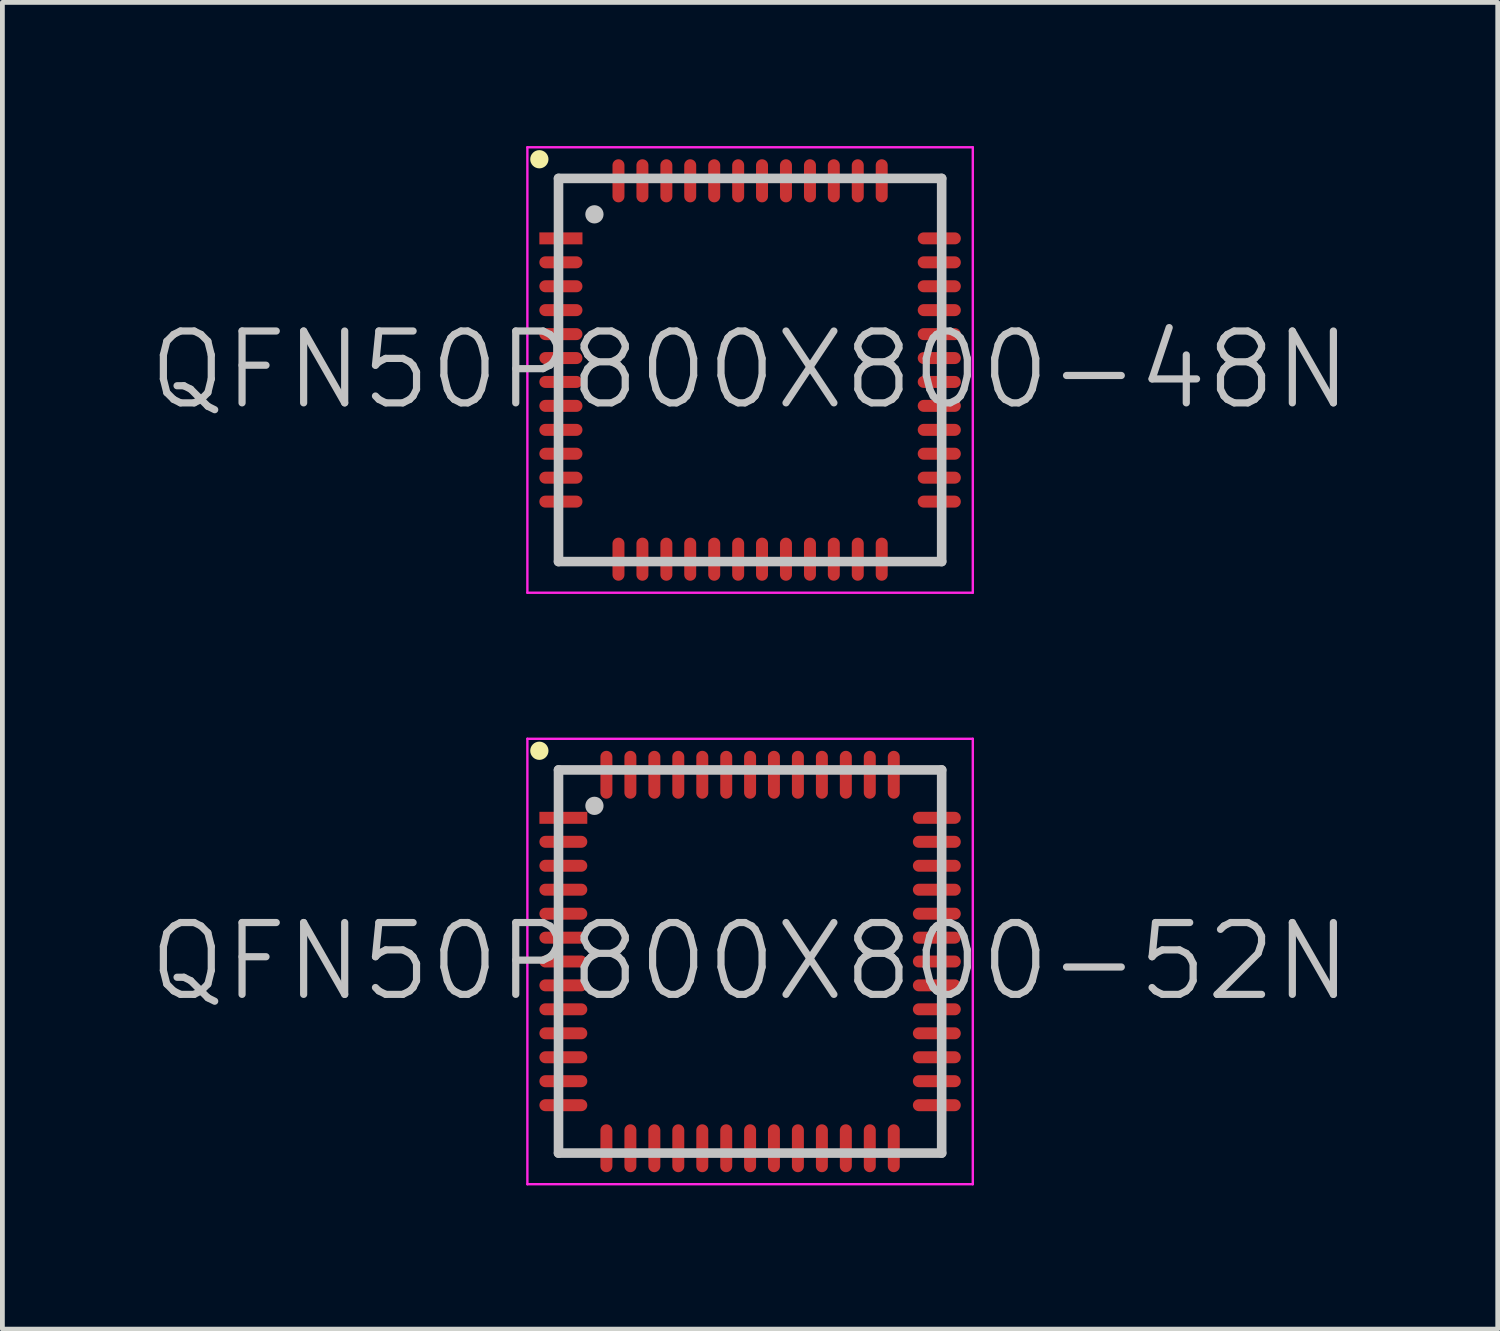
<source format=kicad_pcb>
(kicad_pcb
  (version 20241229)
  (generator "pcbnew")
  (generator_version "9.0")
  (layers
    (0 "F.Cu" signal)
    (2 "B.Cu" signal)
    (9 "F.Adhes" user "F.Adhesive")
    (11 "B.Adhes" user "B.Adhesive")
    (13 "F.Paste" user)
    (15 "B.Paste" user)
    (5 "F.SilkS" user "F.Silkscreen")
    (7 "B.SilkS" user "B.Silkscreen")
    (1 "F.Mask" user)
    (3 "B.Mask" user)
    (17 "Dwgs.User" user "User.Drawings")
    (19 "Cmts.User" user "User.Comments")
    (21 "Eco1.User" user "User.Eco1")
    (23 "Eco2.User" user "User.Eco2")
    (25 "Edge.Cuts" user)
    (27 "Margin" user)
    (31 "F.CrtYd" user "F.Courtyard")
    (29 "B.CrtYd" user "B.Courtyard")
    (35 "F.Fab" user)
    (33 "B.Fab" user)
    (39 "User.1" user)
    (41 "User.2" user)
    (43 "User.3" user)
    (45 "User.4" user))
  (footprint "QFN50P800X800-52N"
    (layer "F.Cu")
    (at 12.611 17.025)
    (property "Reference" "QFN50P800X800-52N" (at 0 0 0) (layer "Dwgs.User") (effects (font (size 1.5 1.5) (thickness 0.15))))
    (attr smd)
    (fp_line (start -4.4 -4.4) (end -4.4 -4.4) (stroke (width 0.381) (type solid)) (layer "F.SilkS"))
    (fp_line (start -4 -4) (end -4 4) (stroke (width 0.2) (type solid)) (layer "Dwgs.User"))
    (fp_line (start -4 -4) (end 4 -4) (stroke (width 0.2) (type solid)) (layer "Dwgs.User"))
    (fp_line (start -4 4) (end 4 4) (stroke (width 0.2) (type solid)) (layer "Dwgs.User"))
    (fp_line (start -3.25 -3.25) (end -3.25 -3.25) (stroke (width 0.381) (type solid)) (layer "Dwgs.User"))
    (fp_line (start 4 -4) (end 4 4) (stroke (width 0.2) (type solid)) (layer "Dwgs.User"))
    (fp_line (start -4.65 -4.65) (end -4.65 4.65) (stroke (width 0.05) (type solid)) (layer "F.CrtYd"))
    (fp_line (start -4.65 -4.65) (end 4.65 -4.65) (stroke (width 0.05) (type solid)) (layer "F.CrtYd"))
    (fp_line (start -4.65 4.65) (end 4.65 4.65) (stroke (width 0.05) (type solid)) (layer "F.CrtYd"))
    (fp_line (start 4.65 -4.65) (end 4.65 4.65) (stroke (width 0.05) (type solid)) (layer "F.CrtYd"))
    (pad "1" smd rect (at -3.899 -3 90) (size 0.25 1) (layers "F.Cu" "F.Mask" "F.Paste"))
    (pad "2" smd oval (at -3.899 -2.499 90) (size 0.25 1) (layers "F.Cu" "F.Mask" "F.Paste"))
    (pad "3" smd oval (at -3.899 -1.999 90) (size 0.25 1) (layers "F.Cu" "F.Mask" "F.Paste"))
    (pad "4" smd oval (at -3.899 -1.499 90) (size 0.25 1) (layers "F.Cu" "F.Mask" "F.Paste"))
    (pad "5" smd oval (at -3.899 -0.998 90) (size 0.25 1) (layers "F.Cu" "F.Mask" "F.Paste"))
    (pad "6" smd oval (at -3.899 -0.498 90) (size 0.25 1) (layers "F.Cu" "F.Mask" "F.Paste"))
    (pad "7" smd oval (at -3.899 0 90) (size 0.25 1) (layers "F.Cu" "F.Mask" "F.Paste"))
    (pad "8" smd oval (at -3.899 0.498 90) (size 0.25 1) (layers "F.Cu" "F.Mask" "F.Paste"))
    (pad "9" smd oval (at -3.899 0.998 90) (size 0.25 1) (layers "F.Cu" "F.Mask" "F.Paste"))
    (pad "10" smd oval (at -3.899 1.499 90) (size 0.25 1) (layers "F.Cu" "F.Mask" "F.Paste"))
    (pad "11" smd oval (at -3.899 1.999 90) (size 0.25 1) (layers "F.Cu" "F.Mask" "F.Paste"))
    (pad "12" smd oval (at -3.899 2.499 90) (size 0.25 1) (layers "F.Cu" "F.Mask" "F.Paste"))
    (pad "13" smd oval (at -3.899 3 90) (size 0.25 1) (layers "F.Cu" "F.Mask" "F.Paste"))
    (pad "14" smd oval (at -3 3.899 180) (size 0.25 1) (layers "F.Cu" "F.Mask" "F.Paste"))
    (pad "15" smd oval (at -2.499 3.899 180) (size 0.25 1) (layers "F.Cu" "F.Mask" "F.Paste"))
    (pad "16" smd oval (at -1.999 3.899 180) (size 0.25 1) (layers "F.Cu" "F.Mask" "F.Paste"))
    (pad "17" smd oval (at -1.499 3.899 180) (size 0.25 1) (layers "F.Cu" "F.Mask" "F.Paste"))
    (pad "18" smd oval (at -0.998 3.899 180) (size 0.25 1) (layers "F.Cu" "F.Mask" "F.Paste"))
    (pad "19" smd oval (at -0.498 3.899 180) (size 0.25 1) (layers "F.Cu" "F.Mask" "F.Paste"))
    (pad "20" smd oval (at 0 3.899 180) (size 0.25 1) (layers "F.Cu" "F.Mask" "F.Paste"))
    (pad "21" smd oval (at 0.498 3.899 180) (size 0.25 1) (layers "F.Cu" "F.Mask" "F.Paste"))
    (pad "22" smd oval (at 0.998 3.899 180) (size 0.25 1) (layers "F.Cu" "F.Mask" "F.Paste"))
    (pad "23" smd oval (at 1.499 3.899 180) (size 0.25 1) (layers "F.Cu" "F.Mask" "F.Paste"))
    (pad "24" smd oval (at 1.999 3.899 180) (size 0.25 1) (layers "F.Cu" "F.Mask" "F.Paste"))
    (pad "25" smd oval (at 2.499 3.899 180) (size 0.25 1) (layers "F.Cu" "F.Mask" "F.Paste"))
    (pad "26" smd oval (at 3 3.899 180) (size 0.25 1) (layers "F.Cu" "F.Mask" "F.Paste"))
    (pad "27" smd oval (at 3.899 3 270) (size 0.25 1) (layers "F.Cu" "F.Mask" "F.Paste"))
    (pad "28" smd oval (at 3.899 2.499 270) (size 0.25 1) (layers "F.Cu" "F.Mask" "F.Paste"))
    (pad "29" smd oval (at 3.899 1.999 270) (size 0.25 1) (layers "F.Cu" "F.Mask" "F.Paste"))
    (pad "30" smd oval (at 3.899 1.499 270) (size 0.25 1) (layers "F.Cu" "F.Mask" "F.Paste"))
    (pad "31" smd oval (at 3.899 0.998 270) (size 0.25 1) (layers "F.Cu" "F.Mask" "F.Paste"))
    (pad "32" smd oval (at 3.899 0.498 270) (size 0.25 1) (layers "F.Cu" "F.Mask" "F.Paste"))
    (pad "33" smd oval (at 3.899 0 270) (size 0.25 1) (layers "F.Cu" "F.Mask" "F.Paste"))
    (pad "34" smd oval (at 3.899 -0.498 270) (size 0.25 1) (layers "F.Cu" "F.Mask" "F.Paste"))
    (pad "35" smd oval (at 3.899 -0.998 270) (size 0.25 1) (layers "F.Cu" "F.Mask" "F.Paste"))
    (pad "36" smd oval (at 3.899 -1.499 270) (size 0.25 1) (layers "F.Cu" "F.Mask" "F.Paste"))
    (pad "37" smd oval (at 3.899 -1.999 270) (size 0.25 1) (layers "F.Cu" "F.Mask" "F.Paste"))
    (pad "38" smd oval (at 3.899 -2.499 270) (size 0.25 1) (layers "F.Cu" "F.Mask" "F.Paste"))
    (pad "39" smd oval (at 3.899 -3 270) (size 0.25 1) (layers "F.Cu" "F.Mask" "F.Paste"))
    (pad "40" smd oval (at 3 -3.899) (size 0.25 1) (layers "F.Cu" "F.Mask" "F.Paste"))
    (pad "41" smd oval (at 2.499 -3.899) (size 0.25 1) (layers "F.Cu" "F.Mask" "F.Paste"))
    (pad "42" smd oval (at 1.999 -3.899) (size 0.25 1) (layers "F.Cu" "F.Mask" "F.Paste"))
    (pad "43" smd oval (at 1.499 -3.899) (size 0.25 1) (layers "F.Cu" "F.Mask" "F.Paste"))
    (pad "44" smd oval (at 0.998 -3.899) (size 0.25 1) (layers "F.Cu" "F.Mask" "F.Paste"))
    (pad "45" smd oval (at 0.498 -3.899) (size 0.25 1) (layers "F.Cu" "F.Mask" "F.Paste"))
    (pad "46" smd oval (at 0 -3.899) (size 0.25 1) (layers "F.Cu" "F.Mask" "F.Paste"))
    (pad "47" smd oval (at -0.498 -3.899) (size 0.25 1) (layers "F.Cu" "F.Mask" "F.Paste"))
    (pad "48" smd oval (at -0.998 -3.899) (size 0.25 1) (layers "F.Cu" "F.Mask" "F.Paste"))
    (pad "49" smd oval (at -1.499 -3.899) (size 0.25 1) (layers "F.Cu" "F.Mask" "F.Paste"))
    (pad "50" smd oval (at -1.999 -3.899) (size 0.25 1) (layers "F.Cu" "F.Mask" "F.Paste"))
    (pad "51" smd oval (at -2.499 -3.899) (size 0.25 1) (layers "F.Cu" "F.Mask" "F.Paste"))
    (pad "52" smd oval (at -3 -3.899) (size 0.25 1) (layers "F.Cu" "F.Mask" "F.Paste")))
  (footprint "QFN50P800X800-48N"
    (layer "F.Cu")
    (at 12.611 4.675)
    (property "Reference" "QFN50P800X800-48N" (at 0 0 0) (layer "Dwgs.User") (effects (font (size 1.5 1.5) (thickness 0.15))))
    (attr smd)
    (fp_line (start -4.4 -4.4) (end -4.4 -4.4) (stroke (width 0.381) (type solid)) (layer "F.SilkS"))
    (fp_line (start -4 -4) (end -4 4) (stroke (width 0.2) (type solid)) (layer "Dwgs.User"))
    (fp_line (start -4 -4) (end 4 -4) (stroke (width 0.2) (type solid)) (layer "Dwgs.User"))
    (fp_line (start -4 4) (end 4 4) (stroke (width 0.2) (type solid)) (layer "Dwgs.User"))
    (fp_line (start -3.25 -3.25) (end -3.25 -3.25) (stroke (width 0.381) (type solid)) (layer "Dwgs.User"))
    (fp_line (start 4 -4) (end 4 4) (stroke (width 0.2) (type solid)) (layer "Dwgs.User"))
    (fp_line (start -4.65 -4.65) (end -4.65 4.65) (stroke (width 0.05) (type solid)) (layer "F.CrtYd"))
    (fp_line (start -4.65 -4.65) (end 4.65 -4.65) (stroke (width 0.05) (type solid)) (layer "F.CrtYd"))
    (fp_line (start -4.65 4.65) (end 4.65 4.65) (stroke (width 0.05) (type solid)) (layer "F.CrtYd"))
    (fp_line (start 4.65 -4.65) (end 4.65 4.65) (stroke (width 0.05) (type solid)) (layer "F.CrtYd"))
    (pad "1" smd rect (at -3.95 -2.748 90) (size 0.25 0.9) (layers "F.Cu" "F.Mask" "F.Paste"))
    (pad "2" smd oval (at -3.95 -2.248 90) (size 0.25 0.9) (layers "F.Cu" "F.Mask" "F.Paste"))
    (pad "3" smd oval (at -3.95 -1.748 90) (size 0.25 0.9) (layers "F.Cu" "F.Mask" "F.Paste"))
    (pad "4" smd oval (at -3.95 -1.25 90) (size 0.25 0.9) (layers "F.Cu" "F.Mask" "F.Paste"))
    (pad "5" smd oval (at -3.95 -0.749 90) (size 0.25 0.9) (layers "F.Cu" "F.Mask" "F.Paste"))
    (pad "6" smd oval (at -3.95 -0.249 90) (size 0.25 0.9) (layers "F.Cu" "F.Mask" "F.Paste"))
    (pad "7" smd oval (at -3.95 0.249 90) (size 0.25 0.9) (layers "F.Cu" "F.Mask" "F.Paste"))
    (pad "8" smd oval (at -3.95 0.749 90) (size 0.25 0.9) (layers "F.Cu" "F.Mask" "F.Paste"))
    (pad "9" smd oval (at -3.95 1.25 90) (size 0.25 0.9) (layers "F.Cu" "F.Mask" "F.Paste"))
    (pad "10" smd oval (at -3.95 1.748 90) (size 0.25 0.9) (layers "F.Cu" "F.Mask" "F.Paste"))
    (pad "11" smd oval (at -3.95 2.248 90) (size 0.25 0.9) (layers "F.Cu" "F.Mask" "F.Paste"))
    (pad "12" smd oval (at -3.95 2.748 90) (size 0.25 0.9) (layers "F.Cu" "F.Mask" "F.Paste"))
    (pad "13" smd oval (at -2.748 3.95 180) (size 0.25 0.9) (layers "F.Cu" "F.Mask" "F.Paste"))
    (pad "14" smd oval (at -2.248 3.95 180) (size 0.25 0.9) (layers "F.Cu" "F.Mask" "F.Paste"))
    (pad "15" smd oval (at -1.748 3.95 180) (size 0.25 0.9) (layers "F.Cu" "F.Mask" "F.Paste"))
    (pad "16" smd oval (at -1.25 3.95 180) (size 0.25 0.9) (layers "F.Cu" "F.Mask" "F.Paste"))
    (pad "17" smd oval (at -0.749 3.95 180) (size 0.25 0.9) (layers "F.Cu" "F.Mask" "F.Paste"))
    (pad "18" smd oval (at -0.249 3.95 180) (size 0.25 0.9) (layers "F.Cu" "F.Mask" "F.Paste"))
    (pad "19" smd oval (at 0.249 3.95 180) (size 0.25 0.9) (layers "F.Cu" "F.Mask" "F.Paste"))
    (pad "20" smd oval (at 0.749 3.95 180) (size 0.25 0.9) (layers "F.Cu" "F.Mask" "F.Paste"))
    (pad "21" smd oval (at 1.25 3.95 180) (size 0.25 0.9) (layers "F.Cu" "F.Mask" "F.Paste"))
    (pad "22" smd oval (at 1.748 3.95 180) (size 0.25 0.9) (layers "F.Cu" "F.Mask" "F.Paste"))
    (pad "23" smd oval (at 2.248 3.95 180) (size 0.25 0.9) (layers "F.Cu" "F.Mask" "F.Paste"))
    (pad "24" smd oval (at 2.748 3.95 180) (size 0.25 0.9) (layers "F.Cu" "F.Mask" "F.Paste"))
    (pad "25" smd oval (at 3.95 2.748 270) (size 0.25 0.9) (layers "F.Cu" "F.Mask" "F.Paste"))
    (pad "26" smd oval (at 3.95 2.248 270) (size 0.25 0.9) (layers "F.Cu" "F.Mask" "F.Paste"))
    (pad "27" smd oval (at 3.95 1.748 270) (size 0.25 0.9) (layers "F.Cu" "F.Mask" "F.Paste"))
    (pad "28" smd oval (at 3.95 1.25 270) (size 0.25 0.9) (layers "F.Cu" "F.Mask" "F.Paste"))
    (pad "29" smd oval (at 3.95 0.749 270) (size 0.25 0.9) (layers "F.Cu" "F.Mask" "F.Paste"))
    (pad "30" smd oval (at 3.95 0.249 270) (size 0.25 0.9) (layers "F.Cu" "F.Mask" "F.Paste"))
    (pad "31" smd oval (at 3.95 -0.249 270) (size 0.25 0.9) (layers "F.Cu" "F.Mask" "F.Paste"))
    (pad "32" smd oval (at 3.95 -0.749 270) (size 0.25 0.9) (layers "F.Cu" "F.Mask" "F.Paste"))
    (pad "33" smd oval (at 3.95 -1.25 270) (size 0.25 0.9) (layers "F.Cu" "F.Mask" "F.Paste"))
    (pad "34" smd oval (at 3.95 -1.748 270) (size 0.25 0.9) (layers "F.Cu" "F.Mask" "F.Paste"))
    (pad "35" smd oval (at 3.95 -2.248 270) (size 0.25 0.9) (layers "F.Cu" "F.Mask" "F.Paste"))
    (pad "36" smd oval (at 3.95 -2.748 270) (size 0.25 0.9) (layers "F.Cu" "F.Mask" "F.Paste"))
    (pad "37" smd oval (at 2.748 -3.95) (size 0.25 0.9) (layers "F.Cu" "F.Mask" "F.Paste"))
    (pad "38" smd oval (at 2.248 -3.95) (size 0.25 0.9) (layers "F.Cu" "F.Mask" "F.Paste"))
    (pad "39" smd oval (at 1.748 -3.95) (size 0.25 0.9) (layers "F.Cu" "F.Mask" "F.Paste"))
    (pad "40" smd oval (at 1.25 -3.95) (size 0.25 0.9) (layers "F.Cu" "F.Mask" "F.Paste"))
    (pad "41" smd oval (at 0.749 -3.95) (size 0.25 0.9) (layers "F.Cu" "F.Mask" "F.Paste"))
    (pad "42" smd oval (at 0.249 -3.95) (size 0.25 0.9) (layers "F.Cu" "F.Mask" "F.Paste"))
    (pad "43" smd oval (at -0.249 -3.95) (size 0.25 0.9) (layers "F.Cu" "F.Mask" "F.Paste"))
    (pad "44" smd oval (at -0.749 -3.95) (size 0.25 0.9) (layers "F.Cu" "F.Mask" "F.Paste"))
    (pad "45" smd oval (at -1.25 -3.95) (size 0.25 0.9) (layers "F.Cu" "F.Mask" "F.Paste"))
    (pad "46" smd oval (at -1.748 -3.95) (size 0.25 0.9) (layers "F.Cu" "F.Mask" "F.Paste"))
    (pad "47" smd oval (at -2.248 -3.95) (size 0.25 0.9) (layers "F.Cu" "F.Mask" "F.Paste"))
    (pad "48" smd oval (at -2.748 -3.95) (size 0.25 0.9) (layers "F.Cu" "F.Mask" "F.Paste")))
  (gr_rect
    (start -3 -3)
    (end 28.221 24.7)
    (stroke (width 0.1) (type default))
    (fill no)
    (layer "Edge.Cuts")))
</source>
